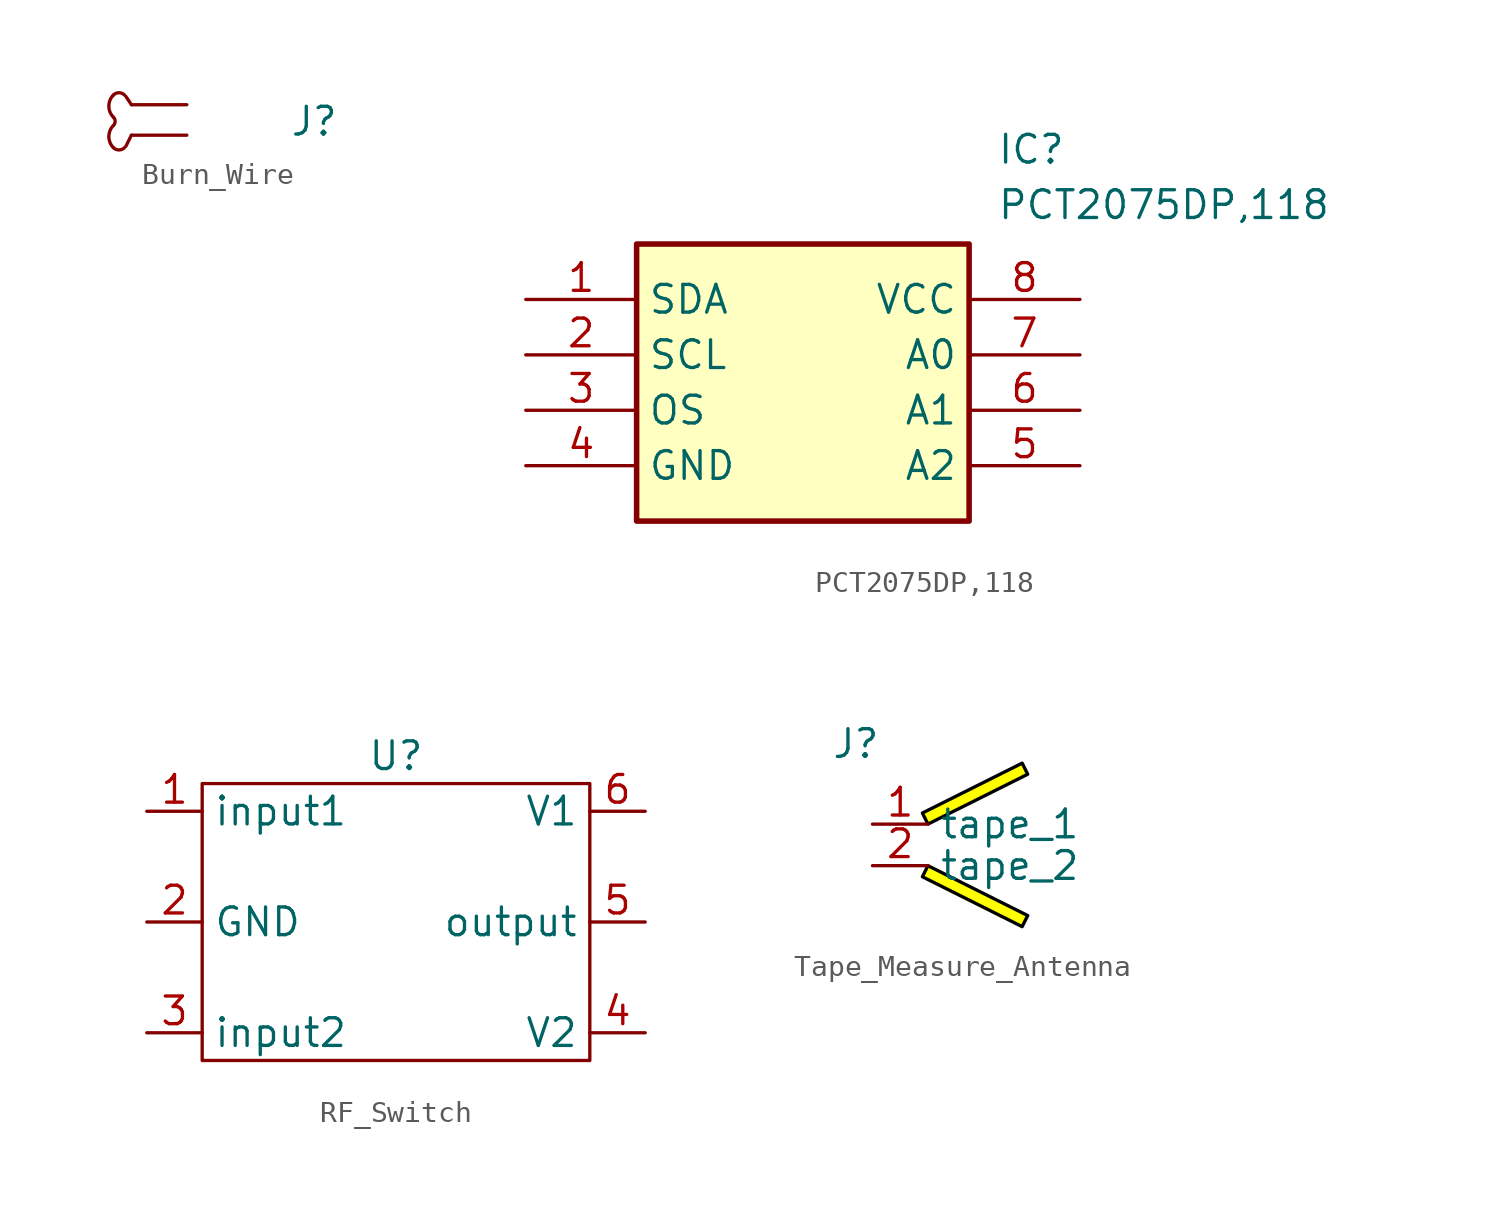
<source format=kicad_sym>
(kicad_symbol_lib
  (version 20220914)
  (generator kicad_symbol_editor)
  (symbol "Burn_Wire"
    (property "Reference" "J"
      (at 5.842 -2.413 0)
      (effects (font (size 1.27 1.27))))
    (property "Value" ""
      (at 5.842 -2.413 0)
      (effects (font (size 1.27 1.27))))
    (symbol "Burn_Wire_0_1"
      (arc (start -3.3655 -3.6195) (mid -3.1115 -3.7247) (end -2.8575 -3.6195) (stroke (width 0) (type default)) (fill (type none)))
      (arc (start -3.3656 -2.6035) (mid -3.576 -3.1115) (end -3.3656 -3.6195) (stroke (width 0) (type default)) (fill (type none)))
      (arc (start -3.3655 -2.6035) (mid -3.2866 -2.413) (end -3.3655 -2.2225) (stroke (width 0) (type default)) (fill (type none)))
      (arc (start -3.3655 -1.2065) (mid -3.5759 -1.7145) (end -3.3655 -2.2225) (stroke (width 0) (type default)) (fill (type none)))
      (arc (start -2.8575 -1.2065) (mid -3.1115 -1.1013) (end -3.3655 -1.2065) (stroke (width 0) (type default)) (fill (type none)))
      (polyline (pts (xy -2.54 -3.048) (xy -2.794 -3.556)) (stroke (width 0) (type default)) (fill (type none)))
      (polyline (pts (xy -2.54 -1.651) (xy -2.794 -1.27)) (stroke (width 0) (type default)) (fill (type none))))
    (symbol "Burn_Wire_1_0"
      (pin passive line (at 0 -1.651 180) (length 2.54) (name "Power" (effects (font (size 0 0)))) (number "1" (effects (font (size 0 0)))))
      (pin passive line (at 0 -3.048 180) (length 2.54) (name "GND" (effects (font (size 0 0)))) (number "2" (effects (font (size 0 0)))))))
  (symbol "PCT2075DP,118"
    (property "Reference" "IC"
      (at 21.59 7.62 0)
      (effects (font (size 1.27 1.27)) (justify left top)))
    (property "Value" "PCT2075DP,118"
      (at 21.59 5.08 0)
      (effects (font (size 1.27 1.27)) (justify left top)))
    (symbol "PCT2075DP,118_1_1"
      (rectangle (start 5.08 2.54) (end 20.32 -10.16) (stroke (width 0.254) (type default)) (fill (type background)))
      (pin passive line (at 0 0 0) (length 5.08) (name "SDA" (effects (font (size 1.27 1.27)))) (number "1" (effects (font (size 1.27 1.27)))))
      (pin passive line (at 0 -2.54 0) (length 5.08) (name "SCL" (effects (font (size 1.27 1.27)))) (number "2" (effects (font (size 1.27 1.27)))))
      (pin passive line (at 0 -5.08 0) (length 5.08) (name "OS" (effects (font (size 1.27 1.27)))) (number "3" (effects (font (size 1.27 1.27)))))
      (pin passive line (at 0 -7.62 0) (length 5.08) (name "GND" (effects (font (size 1.27 1.27)))) (number "4" (effects (font (size 1.27 1.27)))))
      (pin passive line (at 25.4 -7.62 180) (length 5.08) (name "A2" (effects (font (size 1.27 1.27)))) (number "5" (effects (font (size 1.27 1.27)))))
      (pin passive line (at 25.4 -5.08 180) (length 5.08) (name "A1" (effects (font (size 1.27 1.27)))) (number "6" (effects (font (size 1.27 1.27)))))
      (pin passive line (at 25.4 -2.54 180) (length 5.08) (name "A0" (effects (font (size 1.27 1.27)))) (number "7" (effects (font (size 1.27 1.27)))))
      (pin passive line (at 25.4 0 180) (length 5.08) (name "VCC" (effects (font (size 1.27 1.27)))) (number "8" (effects (font (size 1.27 1.27)))))))
  (symbol "RF_Switch"
    (property "Reference" "U"
      (at 0 7.62 0)
      (effects (font (size 1.27 1.27))))
    (property "Value" ""
      (at -6.35 7.62 0)
      (effects (font (size 1.27 1.27))))
    (symbol "RF_Switch_0_1"
      (rectangle (start -8.89 6.35) (end 8.89 -6.35) (stroke (width 0) (type default)) (fill (type none))))
    (symbol "RF_Switch_1_1"
      (pin input line (at -11.43 5.08 0) (length 2.54) (name "input1" (effects (font (size 1.27 1.27)))) (number "1" (effects (font (size 1.27 1.27)))))
      (pin power_in line (at -11.43 0 0) (length 2.54) (name "GND" (effects (font (size 1.27 1.27)))) (number "2" (effects (font (size 1.27 1.27)))))
      (pin input line (at -11.43 -5.08 0) (length 2.54) (name "input2" (effects (font (size 1.27 1.27)))) (number "3" (effects (font (size 1.27 1.27)))))
      (pin input line (at 11.43 -5.08 180) (length 2.54) (name "V2" (effects (font (size 1.27 1.27)))) (number "4" (effects (font (size 1.27 1.27)))))
      (pin output line (at 11.43 0 180) (length 2.54) (name "output" (effects (font (size 1.27 1.27)))) (number "5" (effects (font (size 1.27 1.27)))))
      (pin input line (at 11.43 5.08 180) (length 2.54) (name "V1" (effects (font (size 1.27 1.27)))) (number "6" (effects (font (size 1.27 1.27)))))))
  (symbol "Tape_Measure_Antenna"
    (property "Reference" "J"
      (at 0 0 0)
      (effects (font (size 1.27 1.27))))
    (property "Value" ""
      (at 0 0 0)
      (effects (font (size 1.27 1.27))))
    (symbol "Tape_Measure_Antenna_1_1"
      (polyline (pts (xy 3.048 -6.096) (xy 7.62 -8.382) (xy 7.874 -7.874) (xy 3.302 -5.588) (xy 3.048 -6.096)) (stroke (width 0) (type default) (color 0 0 0 1)) (fill (type color) (color 255 255 0 1)))
      (polyline (pts (xy 3.048 -3.175) (xy 7.62 -0.889) (xy 7.874 -1.397) (xy 3.302 -3.683) (xy 3.048 -3.175)) (stroke (width 0) (type default) (color 0 0 0 1)) (fill (type color) (color 255 255 0 1)))
      (pin bidirectional line (at 0.762 -3.683 0) (length 2.54) (name "tape_1" (effects (font (size 1.27 1.27)))) (number "1" (effects (font (size 1.27 1.27)))))
      (pin bidirectional line (at 0.762 -5.588 0) (length 2.54) (name "tape_2" (effects (font (size 1.27 1.27)))) (number "2" (effects (font (size 1.27 1.27))))))))
</source>
